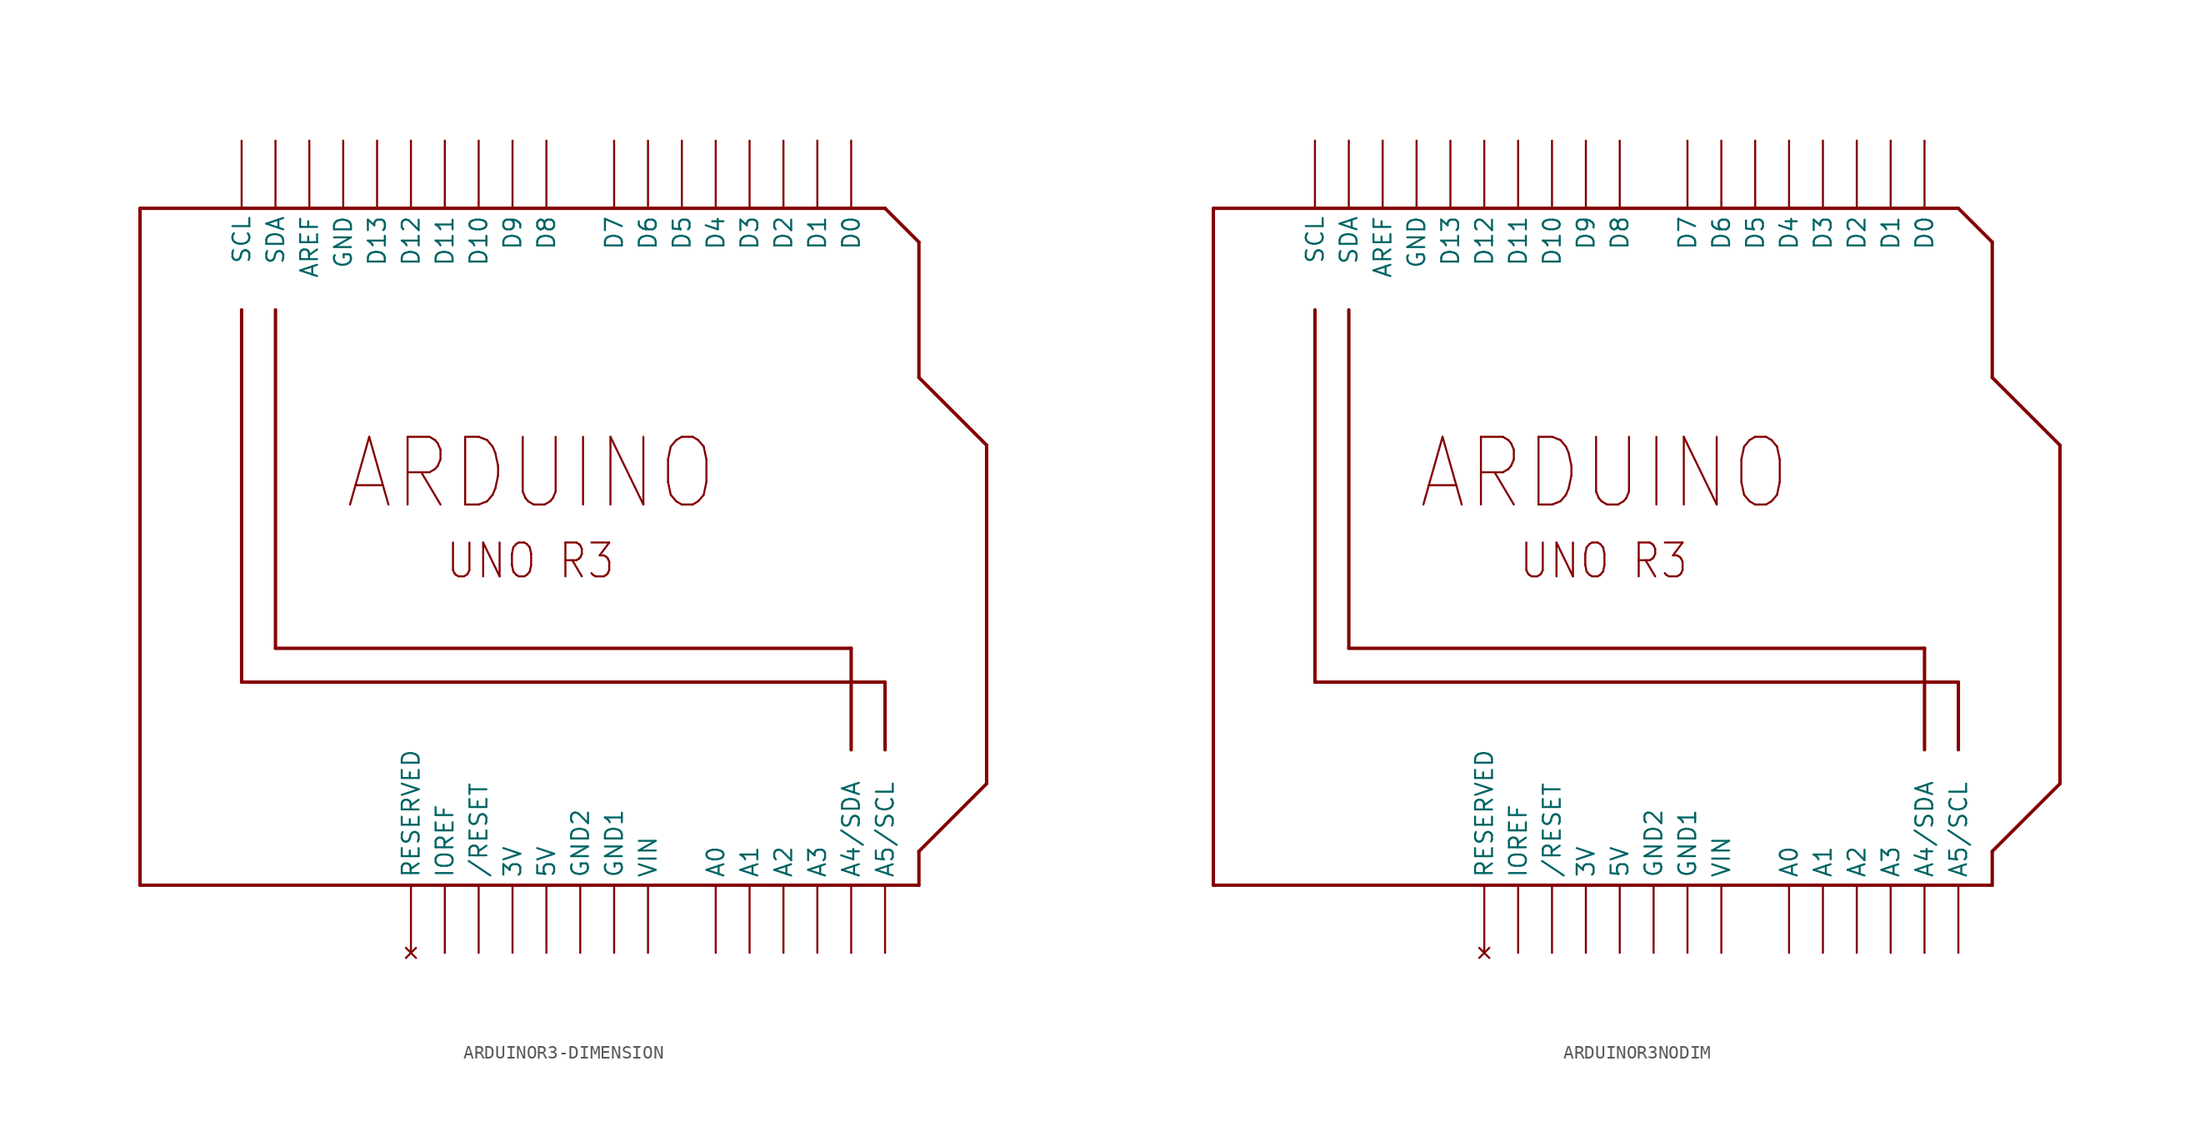
<source format=kicad_sym>
(kicad_symbol_lib
  (version 20211014)
  (generator kicad_symbol_editor)
  (symbol "ARDUINOR3-DIMENSION"
    (property "Reference" "U"
      (at 0 0 0)
      (effects (font (size 1.27 1.27)) hide))
    (property "ki_locked" ""
      (at 0 0 0)
      (effects (font (size 1.27 1.27))))
    (symbol "ARDUINOR3-DIMENSION_1_0"
      (polyline (pts (xy -33.02 -25.4) (xy 25.4 -25.4)) (stroke (width 0.254) (type default) (color 0 0 0 0)) (fill (type none)))
      (polyline (pts (xy -33.02 25.4) (xy -33.02 -25.4)) (stroke (width 0.254) (type default) (color 0 0 0 0)) (fill (type none)))
      (polyline (pts (xy -25.4 -10.16) (xy 22.86 -10.16)) (stroke (width 0.254) (type default) (color 0 0 0 0)) (fill (type none)))
      (polyline (pts (xy -25.4 17.78) (xy -25.4 -10.16)) (stroke (width 0.254) (type default) (color 0 0 0 0)) (fill (type none)))
      (polyline (pts (xy -22.86 -7.62) (xy 20.32 -7.62)) (stroke (width 0.254) (type default) (color 0 0 0 0)) (fill (type none)))
      (polyline (pts (xy -22.86 17.78) (xy -22.86 -7.62)) (stroke (width 0.254) (type default) (color 0 0 0 0)) (fill (type none)))
      (polyline (pts (xy 20.32 -7.62) (xy 20.32 -15.24)) (stroke (width 0.254) (type default) (color 0 0 0 0)) (fill (type none)))
      (polyline (pts (xy 22.86 -10.16) (xy 22.86 -15.24)) (stroke (width 0.254) (type default) (color 0 0 0 0)) (fill (type none)))
      (polyline (pts (xy 22.86 25.4) (xy -33.02 25.4)) (stroke (width 0.254) (type default) (color 0 0 0 0)) (fill (type none)))
      (polyline (pts (xy 25.4 -25.4) (xy 25.4 -22.86)) (stroke (width 0.254) (type default) (color 0 0 0 0)) (fill (type none)))
      (polyline (pts (xy 25.4 -22.86) (xy 30.48 -17.78)) (stroke (width 0.254) (type default) (color 0 0 0 0)) (fill (type none)))
      (polyline (pts (xy 25.4 12.7) (xy 25.4 22.86)) (stroke (width 0.254) (type default) (color 0 0 0 0)) (fill (type none)))
      (polyline (pts (xy 25.4 22.86) (xy 22.86 25.4)) (stroke (width 0.254) (type default) (color 0 0 0 0)) (fill (type none)))
      (polyline (pts (xy 30.48 -17.78) (xy 30.48 7.62)) (stroke (width 0.254) (type default) (color 0 0 0 0)) (fill (type none)))
      (polyline (pts (xy 30.48 7.62) (xy 25.4 12.7)) (stroke (width 0.254) (type default) (color 0 0 0 0)) (fill (type none)))
      (text "ARDUINO" (at -17.78 2.54 0) (effects (font (size 5.08 4.318)) (justify left bottom)))
      (text "UNO R3" (at -10.16 -2.54 0) (effects (font (size 2.54 2.159)) (justify left bottom)))
      (pin power_in line (at -5.08 -30.48 90) (length 5.08) (name "3V" (effects (font (size 1.27 1.27)))) (number "3V" (effects (font (size 0 0)))))
      (pin power_in line (at -2.54 -30.48 90) (length 5.08) (name "5V" (effects (font (size 1.27 1.27)))) (number "5V" (effects (font (size 0 0)))))
      (pin bidirectional line (at 10.16 -30.48 90) (length 5.08) (name "A0" (effects (font (size 1.27 1.27)))) (number "A0" (effects (font (size 0 0)))))
      (pin bidirectional line (at 12.7 -30.48 90) (length 5.08) (name "A1" (effects (font (size 1.27 1.27)))) (number "A1" (effects (font (size 0 0)))))
      (pin bidirectional line (at 15.24 -30.48 90) (length 5.08) (name "A2" (effects (font (size 1.27 1.27)))) (number "A2" (effects (font (size 0 0)))))
      (pin bidirectional line (at 17.78 -30.48 90) (length 5.08) (name "A3" (effects (font (size 1.27 1.27)))) (number "A3" (effects (font (size 0 0)))))
      (pin bidirectional line (at 20.32 -30.48 90) (length 5.08) (name "A4/SDA" (effects (font (size 1.27 1.27)))) (number "A4" (effects (font (size 0 0)))))
      (pin bidirectional line (at 22.86 -30.48 90) (length 5.08) (name "A5/SCL" (effects (font (size 1.27 1.27)))) (number "A5" (effects (font (size 0 0)))))
      (pin bidirectional line (at -20.32 30.48 270) (length 5.08) (name "AREF" (effects (font (size 1.27 1.27)))) (number "AREF" (effects (font (size 0 0)))))
      (pin bidirectional line (at 20.32 30.48 270) (length 5.08) (name "D0" (effects (font (size 1.27 1.27)))) (number "D0" (effects (font (size 0 0)))))
      (pin bidirectional line (at 17.78 30.48 270) (length 5.08) (name "D1" (effects (font (size 1.27 1.27)))) (number "D1" (effects (font (size 0 0)))))
      (pin bidirectional line (at -7.62 30.48 270) (length 5.08) (name "D10" (effects (font (size 1.27 1.27)))) (number "D10" (effects (font (size 0 0)))))
      (pin bidirectional line (at -10.16 30.48 270) (length 5.08) (name "D11" (effects (font (size 1.27 1.27)))) (number "D11" (effects (font (size 0 0)))))
      (pin bidirectional line (at -12.7 30.48 270) (length 5.08) (name "D12" (effects (font (size 1.27 1.27)))) (number "D12" (effects (font (size 0 0)))))
      (pin bidirectional line (at -15.24 30.48 270) (length 5.08) (name "D13" (effects (font (size 1.27 1.27)))) (number "D13" (effects (font (size 0 0)))))
      (pin bidirectional line (at 15.24 30.48 270) (length 5.08) (name "D2" (effects (font (size 1.27 1.27)))) (number "D2" (effects (font (size 0 0)))))
      (pin bidirectional line (at 12.7 30.48 270) (length 5.08) (name "D3" (effects (font (size 1.27 1.27)))) (number "D3" (effects (font (size 0 0)))))
      (pin bidirectional line (at 10.16 30.48 270) (length 5.08) (name "D4" (effects (font (size 1.27 1.27)))) (number "D4" (effects (font (size 0 0)))))
      (pin bidirectional line (at 7.62 30.48 270) (length 5.08) (name "D5" (effects (font (size 1.27 1.27)))) (number "D5" (effects (font (size 0 0)))))
      (pin bidirectional line (at 5.08 30.48 270) (length 5.08) (name "D6" (effects (font (size 1.27 1.27)))) (number "D6" (effects (font (size 0 0)))))
      (pin bidirectional line (at 2.54 30.48 270) (length 5.08) (name "D7" (effects (font (size 1.27 1.27)))) (number "D7" (effects (font (size 0 0)))))
      (pin bidirectional line (at -2.54 30.48 270) (length 5.08) (name "D8" (effects (font (size 1.27 1.27)))) (number "D8" (effects (font (size 0 0)))))
      (pin bidirectional line (at -5.08 30.48 270) (length 5.08) (name "D9" (effects (font (size 1.27 1.27)))) (number "D9" (effects (font (size 0 0)))))
      (pin power_in line (at -17.78 30.48 270) (length 5.08) (name "GND" (effects (font (size 1.27 1.27)))) (number "GND" (effects (font (size 0 0)))))
      (pin power_in line (at 2.54 -30.48 90) (length 5.08) (name "GND1" (effects (font (size 1.27 1.27)))) (number "GND1" (effects (font (size 0 0)))))
      (pin power_in line (at 0 -30.48 90) (length 5.08) (name "GND2" (effects (font (size 1.27 1.27)))) (number "GND2" (effects (font (size 0 0)))))
      (pin output line (at -10.16 -30.48 90) (length 5.08) (name "IOREF" (effects (font (size 1.27 1.27)))) (number "IOREF" (effects (font (size 0 0)))))
      (pin no_connect line (at -12.7 -30.48 90) (length 5.08) (name "RESERVED" (effects (font (size 1.27 1.27)))) (number "RESERVED" (effects (font (size 0 0)))))
      (pin bidirectional line (at -7.62 -30.48 90) (length 5.08) (name "/RESET" (effects (font (size 1.27 1.27)))) (number "RESET" (effects (font (size 0 0)))))
      (pin bidirectional line (at -25.4 30.48 270) (length 5.08) (name "SCL" (effects (font (size 1.27 1.27)))) (number "SCL" (effects (font (size 0 0)))))
      (pin bidirectional line (at -22.86 30.48 270) (length 5.08) (name "SDA" (effects (font (size 1.27 1.27)))) (number "SDA" (effects (font (size 0 0)))))
      (pin power_in line (at 5.08 -30.48 90) (length 5.08) (name "VIN" (effects (font (size 1.27 1.27)))) (number "VIN" (effects (font (size 0 0)))))))
  (symbol "ARDUINOR3NODIM"
    (property "Reference" "U"
      (at 0 0 0)
      (effects (font (size 1.27 1.27)) hide))
    (property "ki_locked" ""
      (at 0 0 0)
      (effects (font (size 1.27 1.27))))
    (symbol "ARDUINOR3NODIM_1_0"
      (polyline (pts (xy -33.02 -25.4) (xy 25.4 -25.4)) (stroke (width 0.254) (type default) (color 0 0 0 0)) (fill (type none)))
      (polyline (pts (xy -33.02 25.4) (xy -33.02 -25.4)) (stroke (width 0.254) (type default) (color 0 0 0 0)) (fill (type none)))
      (polyline (pts (xy -25.4 -10.16) (xy 22.86 -10.16)) (stroke (width 0.254) (type default) (color 0 0 0 0)) (fill (type none)))
      (polyline (pts (xy -25.4 17.78) (xy -25.4 -10.16)) (stroke (width 0.254) (type default) (color 0 0 0 0)) (fill (type none)))
      (polyline (pts (xy -22.86 -7.62) (xy 20.32 -7.62)) (stroke (width 0.254) (type default) (color 0 0 0 0)) (fill (type none)))
      (polyline (pts (xy -22.86 17.78) (xy -22.86 -7.62)) (stroke (width 0.254) (type default) (color 0 0 0 0)) (fill (type none)))
      (polyline (pts (xy 20.32 -7.62) (xy 20.32 -15.24)) (stroke (width 0.254) (type default) (color 0 0 0 0)) (fill (type none)))
      (polyline (pts (xy 22.86 -10.16) (xy 22.86 -15.24)) (stroke (width 0.254) (type default) (color 0 0 0 0)) (fill (type none)))
      (polyline (pts (xy 22.86 25.4) (xy -33.02 25.4)) (stroke (width 0.254) (type default) (color 0 0 0 0)) (fill (type none)))
      (polyline (pts (xy 25.4 -25.4) (xy 25.4 -22.86)) (stroke (width 0.254) (type default) (color 0 0 0 0)) (fill (type none)))
      (polyline (pts (xy 25.4 -22.86) (xy 30.48 -17.78)) (stroke (width 0.254) (type default) (color 0 0 0 0)) (fill (type none)))
      (polyline (pts (xy 25.4 12.7) (xy 25.4 22.86)) (stroke (width 0.254) (type default) (color 0 0 0 0)) (fill (type none)))
      (polyline (pts (xy 25.4 22.86) (xy 22.86 25.4)) (stroke (width 0.254) (type default) (color 0 0 0 0)) (fill (type none)))
      (polyline (pts (xy 30.48 -17.78) (xy 30.48 7.62)) (stroke (width 0.254) (type default) (color 0 0 0 0)) (fill (type none)))
      (polyline (pts (xy 30.48 7.62) (xy 25.4 12.7)) (stroke (width 0.254) (type default) (color 0 0 0 0)) (fill (type none)))
      (text "ARDUINO" (at -17.78 2.54 0) (effects (font (size 5.08 4.318)) (justify left bottom)))
      (text "UNO R3" (at -10.16 -2.54 0) (effects (font (size 2.54 2.159)) (justify left bottom)))
      (pin power_in line (at -5.08 -30.48 90) (length 5.08) (name "3V" (effects (font (size 1.27 1.27)))) (number "3V" (effects (font (size 0 0)))))
      (pin power_in line (at -2.54 -30.48 90) (length 5.08) (name "5V" (effects (font (size 1.27 1.27)))) (number "5V" (effects (font (size 0 0)))))
      (pin bidirectional line (at 10.16 -30.48 90) (length 5.08) (name "A0" (effects (font (size 1.27 1.27)))) (number "A0" (effects (font (size 0 0)))))
      (pin bidirectional line (at 12.7 -30.48 90) (length 5.08) (name "A1" (effects (font (size 1.27 1.27)))) (number "A1" (effects (font (size 0 0)))))
      (pin bidirectional line (at 15.24 -30.48 90) (length 5.08) (name "A2" (effects (font (size 1.27 1.27)))) (number "A2" (effects (font (size 0 0)))))
      (pin bidirectional line (at 17.78 -30.48 90) (length 5.08) (name "A3" (effects (font (size 1.27 1.27)))) (number "A3" (effects (font (size 0 0)))))
      (pin bidirectional line (at 20.32 -30.48 90) (length 5.08) (name "A4/SDA" (effects (font (size 1.27 1.27)))) (number "A4" (effects (font (size 0 0)))))
      (pin bidirectional line (at 22.86 -30.48 90) (length 5.08) (name "A5/SCL" (effects (font (size 1.27 1.27)))) (number "A5" (effects (font (size 0 0)))))
      (pin bidirectional line (at -20.32 30.48 270) (length 5.08) (name "AREF" (effects (font (size 1.27 1.27)))) (number "AREF" (effects (font (size 0 0)))))
      (pin bidirectional line (at 20.32 30.48 270) (length 5.08) (name "D0" (effects (font (size 1.27 1.27)))) (number "D0" (effects (font (size 0 0)))))
      (pin bidirectional line (at 17.78 30.48 270) (length 5.08) (name "D1" (effects (font (size 1.27 1.27)))) (number "D1" (effects (font (size 0 0)))))
      (pin bidirectional line (at -7.62 30.48 270) (length 5.08) (name "D10" (effects (font (size 1.27 1.27)))) (number "D10" (effects (font (size 0 0)))))
      (pin bidirectional line (at -10.16 30.48 270) (length 5.08) (name "D11" (effects (font (size 1.27 1.27)))) (number "D11" (effects (font (size 0 0)))))
      (pin bidirectional line (at -12.7 30.48 270) (length 5.08) (name "D12" (effects (font (size 1.27 1.27)))) (number "D12" (effects (font (size 0 0)))))
      (pin bidirectional line (at -15.24 30.48 270) (length 5.08) (name "D13" (effects (font (size 1.27 1.27)))) (number "D13" (effects (font (size 0 0)))))
      (pin bidirectional line (at 15.24 30.48 270) (length 5.08) (name "D2" (effects (font (size 1.27 1.27)))) (number "D2" (effects (font (size 0 0)))))
      (pin bidirectional line (at 12.7 30.48 270) (length 5.08) (name "D3" (effects (font (size 1.27 1.27)))) (number "D3" (effects (font (size 0 0)))))
      (pin bidirectional line (at 10.16 30.48 270) (length 5.08) (name "D4" (effects (font (size 1.27 1.27)))) (number "D4" (effects (font (size 0 0)))))
      (pin bidirectional line (at 7.62 30.48 270) (length 5.08) (name "D5" (effects (font (size 1.27 1.27)))) (number "D5" (effects (font (size 0 0)))))
      (pin bidirectional line (at 5.08 30.48 270) (length 5.08) (name "D6" (effects (font (size 1.27 1.27)))) (number "D6" (effects (font (size 0 0)))))
      (pin bidirectional line (at 2.54 30.48 270) (length 5.08) (name "D7" (effects (font (size 1.27 1.27)))) (number "D7" (effects (font (size 0 0)))))
      (pin bidirectional line (at -2.54 30.48 270) (length 5.08) (name "D8" (effects (font (size 1.27 1.27)))) (number "D8" (effects (font (size 0 0)))))
      (pin bidirectional line (at -5.08 30.48 270) (length 5.08) (name "D9" (effects (font (size 1.27 1.27)))) (number "D9" (effects (font (size 0 0)))))
      (pin power_in line (at -17.78 30.48 270) (length 5.08) (name "GND" (effects (font (size 1.27 1.27)))) (number "GND" (effects (font (size 0 0)))))
      (pin power_in line (at 2.54 -30.48 90) (length 5.08) (name "GND1" (effects (font (size 1.27 1.27)))) (number "GND1" (effects (font (size 0 0)))))
      (pin power_in line (at 0 -30.48 90) (length 5.08) (name "GND2" (effects (font (size 1.27 1.27)))) (number "GND2" (effects (font (size 0 0)))))
      (pin output line (at -10.16 -30.48 90) (length 5.08) (name "IOREF" (effects (font (size 1.27 1.27)))) (number "IOREF" (effects (font (size 0 0)))))
      (pin no_connect line (at -12.7 -30.48 90) (length 5.08) (name "RESERVED" (effects (font (size 1.27 1.27)))) (number "RESERVED" (effects (font (size 0 0)))))
      (pin bidirectional line (at -7.62 -30.48 90) (length 5.08) (name "/RESET" (effects (font (size 1.27 1.27)))) (number "RESET" (effects (font (size 0 0)))))
      (pin bidirectional line (at -25.4 30.48 270) (length 5.08) (name "SCL" (effects (font (size 1.27 1.27)))) (number "SCL" (effects (font (size 0 0)))))
      (pin bidirectional line (at -22.86 30.48 270) (length 5.08) (name "SDA" (effects (font (size 1.27 1.27)))) (number "SDA" (effects (font (size 0 0)))))
      (pin power_in line (at 5.08 -30.48 90) (length 5.08) (name "VIN" (effects (font (size 1.27 1.27)))) (number "VIN" (effects (font (size 0 0))))))))
</source>
